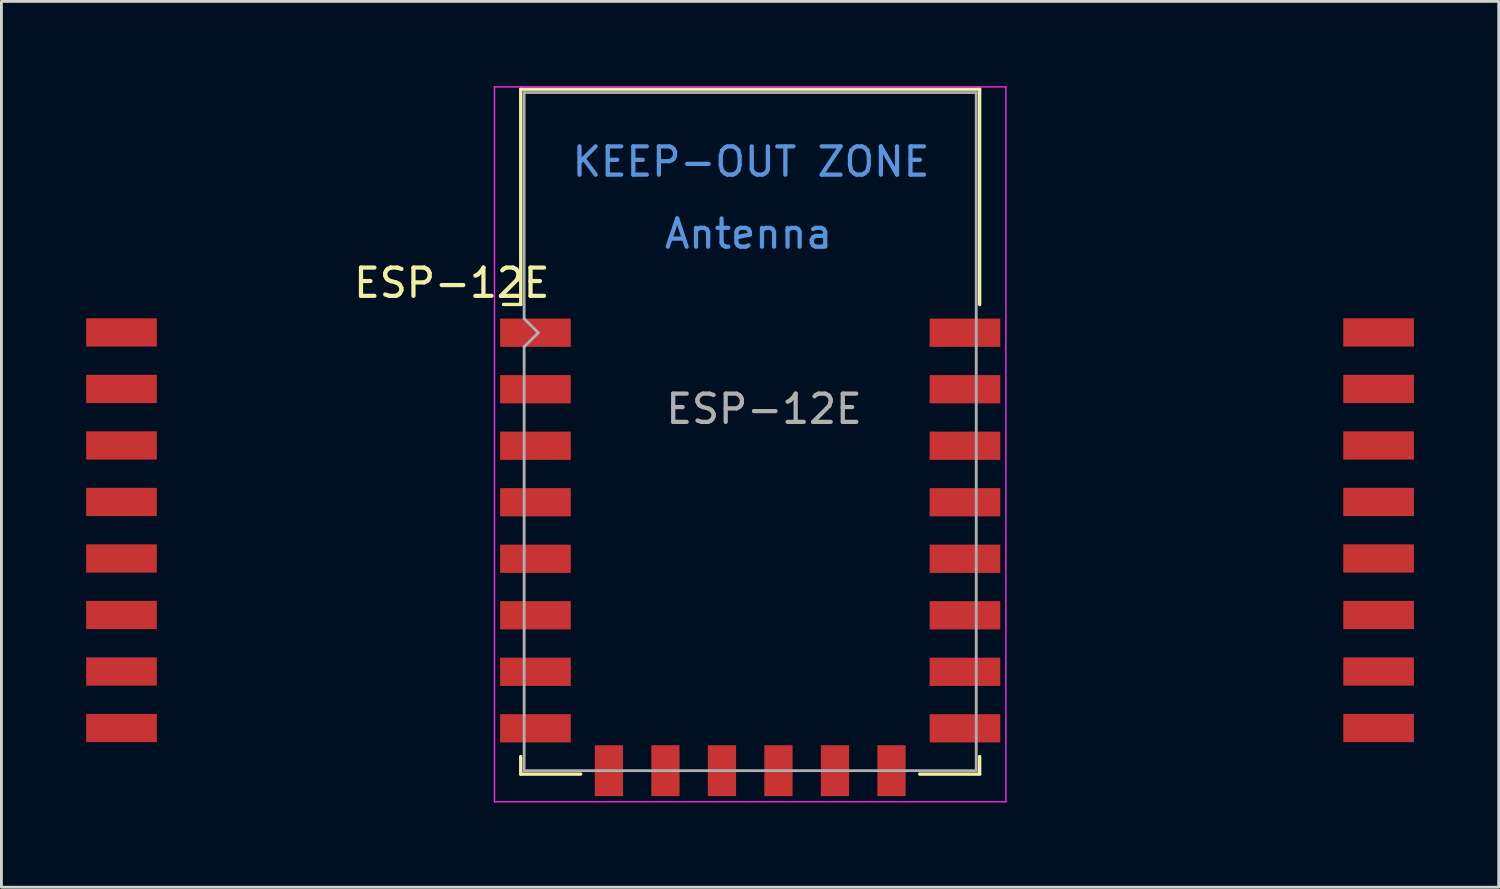
<source format=kicad_pcb>
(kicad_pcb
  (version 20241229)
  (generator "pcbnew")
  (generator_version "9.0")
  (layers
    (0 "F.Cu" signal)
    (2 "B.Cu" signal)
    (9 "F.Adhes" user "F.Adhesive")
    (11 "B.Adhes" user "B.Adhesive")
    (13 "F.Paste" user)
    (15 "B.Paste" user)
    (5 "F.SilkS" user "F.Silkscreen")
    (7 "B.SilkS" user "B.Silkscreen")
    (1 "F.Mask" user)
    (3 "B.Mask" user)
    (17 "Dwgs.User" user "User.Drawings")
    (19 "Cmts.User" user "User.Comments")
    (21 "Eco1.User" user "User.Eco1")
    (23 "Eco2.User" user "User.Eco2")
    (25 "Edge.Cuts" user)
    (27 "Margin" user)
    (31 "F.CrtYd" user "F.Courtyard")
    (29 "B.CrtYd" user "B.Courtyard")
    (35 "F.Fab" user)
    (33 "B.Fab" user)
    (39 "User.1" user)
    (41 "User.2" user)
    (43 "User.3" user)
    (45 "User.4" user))
  (footprint "ESP-12E"
    (layer "F.Cu")
    (at 23.5 12.225)
    (property "Reference" "ESP-12E" (at -10.56 -5.26 0) (layer "F.SilkS") (effects (font (size 1 1) (thickness 0.15))))
    (attr smd)
    (fp_line (start -8.12 -12.12) (end 8.12 -12.12) (stroke (width 0.12) (type solid)) (layer "F.SilkS"))
    (fp_line (start -8.12 -4.5) (end -8.73 -4.5) (stroke (width 0.12) (type solid)) (layer "F.SilkS"))
    (fp_line (start -8.12 -4.5) (end -8.12 -12.12) (stroke (width 0.12) (type solid)) (layer "F.SilkS"))
    (fp_line (start -8.12 12.12) (end -8.12 11.5) (stroke (width 0.12) (type solid)) (layer "F.SilkS"))
    (fp_line (start -6 12.12) (end -8.12 12.12) (stroke (width 0.12) (type solid)) (layer "F.SilkS"))
    (fp_line (start 8.12 -12.12) (end 8.12 -4.5) (stroke (width 0.12) (type solid)) (layer "F.SilkS"))
    (fp_line (start 8.12 11.5) (end 8.12 12.12) (stroke (width 0.12) (type solid)) (layer "F.SilkS"))
    (fp_line (start 8.12 12.12) (end 6 12.12) (stroke (width 0.12) (type solid)) (layer "F.SilkS"))
    (fp_line (start -9.05 -12.2) (end 9.05 -12.2) (stroke (width 0.05) (type solid)) (layer "F.CrtYd"))
    (fp_line (start -9.05 13.1) (end -9.05 -12.2) (stroke (width 0.05) (type solid)) (layer "F.CrtYd"))
    (fp_line (start 9.05 -12.2) (end 9.05 13.1) (stroke (width 0.05) (type solid)) (layer "F.CrtYd"))
    (fp_line (start 9.05 13.1) (end -9.05 13.1) (stroke (width 0.05) (type solid)) (layer "F.CrtYd"))
    (fp_line (start -8 -12) (end 8 -12) (stroke (width 0.1) (type solid)) (layer "F.Fab"))
    (fp_line (start -8 -4) (end -8 -12) (stroke (width 0.1) (type solid)) (layer "F.Fab"))
    (fp_line (start -8 -3) (end -7.5 -3.5) (stroke (width 0.1) (type solid)) (layer "F.Fab"))
    (fp_line (start -8 12) (end -8 -3) (stroke (width 0.1) (type solid)) (layer "F.Fab"))
    (fp_line (start -7.5 -3.5) (end -8 -4) (stroke (width 0.1) (type solid)) (layer "F.Fab"))
    (fp_line (start 8 -12) (end 8 12) (stroke (width 0.1) (type solid)) (layer "F.Fab"))
    (fp_line (start 8 12) (end -8 12) (stroke (width 0.1) (type solid)) (layer "F.Fab"))
    (fp_text user "Antenna" (at -0.06 -7 180) (layer "Cmts.User") (effects (font (size 1 1) (thickness 0.15))))
    (fp_text user "KEEP-OUT ZONE" (at 0.03 -9.55 180) (layer "Cmts.User") (effects (font (size 1 1) (thickness 0.15))))
    (fp_text user "${REFERENCE}" (at 0.49 -0.8 0) (layer "F.Fab") (effects (font (size 1 1) (thickness 0.15))))
    (pad "1" smd rect (at -22.25 -3.51) (size 2.5 1) (layers "F.Cu" "F.Mask" "F.Paste"))
    (pad "1" smd rect (at -7.6 -3.5) (size 2.5 1) (layers "F.Cu" "F.Mask" "F.Paste"))
    (pad "2" smd rect (at -22.25 -1.51) (size 2.5 1) (layers "F.Cu" "F.Mask" "F.Paste"))
    (pad "2" smd rect (at -7.6 -1.5) (size 2.5 1) (layers "F.Cu" "F.Mask" "F.Paste"))
    (pad "3" smd rect (at -22.25 0.49) (size 2.5 1) (layers "F.Cu" "F.Mask" "F.Paste"))
    (pad "3" smd rect (at -7.6 0.5) (size 2.5 1) (layers "F.Cu" "F.Mask" "F.Paste"))
    (pad "4" smd rect (at -22.25 2.49) (size 2.5 1) (layers "F.Cu" "F.Mask" "F.Paste"))
    (pad "4" smd rect (at -7.6 2.5) (size 2.5 1) (layers "F.Cu" "F.Mask" "F.Paste"))
    (pad "5" smd rect (at -22.25 4.49) (size 2.5 1) (layers "F.Cu" "F.Mask" "F.Paste"))
    (pad "5" smd rect (at -7.6 4.5) (size 2.5 1) (layers "F.Cu" "F.Mask" "F.Paste"))
    (pad "6" smd rect (at -22.25 6.49) (size 2.5 1) (layers "F.Cu" "F.Mask" "F.Paste"))
    (pad "6" smd rect (at -7.6 6.5) (size 2.5 1) (layers "F.Cu" "F.Mask" "F.Paste"))
    (pad "7" smd rect (at -22.25 8.49) (size 2.5 1) (layers "F.Cu" "F.Mask" "F.Paste"))
    (pad "7" smd rect (at -7.6 8.5) (size 2.5 1) (layers "F.Cu" "F.Mask" "F.Paste"))
    (pad "8" smd rect (at -22.25 10.49) (size 2.5 1) (layers "F.Cu" "F.Mask" "F.Paste"))
    (pad "8" smd rect (at -7.6 10.5) (size 2.5 1) (layers "F.Cu" "F.Mask" "F.Paste"))
    (pad "9" smd rect (at -5 12) (size 1 1.8) (layers "F.Cu" "F.Mask" "F.Paste"))
    (pad "10" smd rect (at -3 12) (size 1 1.8) (layers "F.Cu" "F.Mask" "F.Paste"))
    (pad "11" smd rect (at -1 12) (size 1 1.8) (layers "F.Cu" "F.Mask" "F.Paste"))
    (pad "12" smd rect (at 1 12) (size 1 1.8) (layers "F.Cu" "F.Mask" "F.Paste"))
    (pad "13" smd rect (at 3 12) (size 1 1.8) (layers "F.Cu" "F.Mask" "F.Paste"))
    (pad "14" smd rect (at 5 12) (size 1 1.8) (layers "F.Cu" "F.Mask" "F.Paste"))
    (pad "15" smd rect (at 7.6 10.5) (size 2.5 1) (layers "F.Cu" "F.Mask" "F.Paste"))
    (pad "15" smd rect (at 22.24 10.49) (size 2.5 1) (layers "F.Cu" "F.Mask" "F.Paste"))
    (pad "16" smd rect (at 7.6 8.5) (size 2.5 1) (layers "F.Cu" "F.Mask" "F.Paste"))
    (pad "16" smd rect (at 22.24 8.49) (size 2.5 1) (layers "F.Cu" "F.Mask" "F.Paste"))
    (pad "17" smd rect (at 7.6 6.5) (size 2.5 1) (layers "F.Cu" "F.Mask" "F.Paste"))
    (pad "17" smd rect (at 22.24 6.49) (size 2.5 1) (layers "F.Cu" "F.Mask" "F.Paste"))
    (pad "18" smd rect (at 7.6 4.5) (size 2.5 1) (layers "F.Cu" "F.Mask" "F.Paste"))
    (pad "18" smd rect (at 22.24 4.49) (size 2.5 1) (layers "F.Cu" "F.Mask" "F.Paste"))
    (pad "19" smd rect (at 7.6 2.5) (size 2.5 1) (layers "F.Cu" "F.Mask" "F.Paste"))
    (pad "19" smd rect (at 22.24 2.49) (size 2.5 1) (layers "F.Cu" "F.Mask" "F.Paste"))
    (pad "20" smd rect (at 7.6 0.5) (size 2.5 1) (layers "F.Cu" "F.Mask" "F.Paste"))
    (pad "20" smd rect (at 22.24 0.49) (size 2.5 1) (layers "F.Cu" "F.Mask" "F.Paste"))
    (pad "21" smd rect (at 7.6 -1.5) (size 2.5 1) (layers "F.Cu" "F.Mask" "F.Paste"))
    (pad "21" smd rect (at 22.24 -1.51) (size 2.5 1) (layers "F.Cu" "F.Mask" "F.Paste"))
    (pad "22" smd rect (at 7.6 -3.5) (size 2.5 1) (layers "F.Cu" "F.Mask" "F.Paste"))
    (pad "22" smd rect (at 22.24 -3.51) (size 2.5 1) (layers "F.Cu" "F.Mask" "F.Paste"))
    (zone (net_name "") (layers "F.Cu" "B.Cu") (hatch full 0.508) (connect_pads) (min_thickness 0.254) (filled_areas_thickness no) (keepout (tracks not_allowed) (vias not_allowed) (pads not_allowed) (copperpour not_allowed) (footprints not_allowed)) (placement (enabled no)) (fill) (polygon (pts (xy 15.38 7.425) (xy 31.62 7.425) (xy 31.62 0.105) (xy 15.38 0.105)))))
  (gr_rect
    (start -3 -3)
    (end 49.99 28.35)
    (stroke (width 0.1) (type default))
    (fill no)
    (layer "Edge.Cuts")))
</source>
